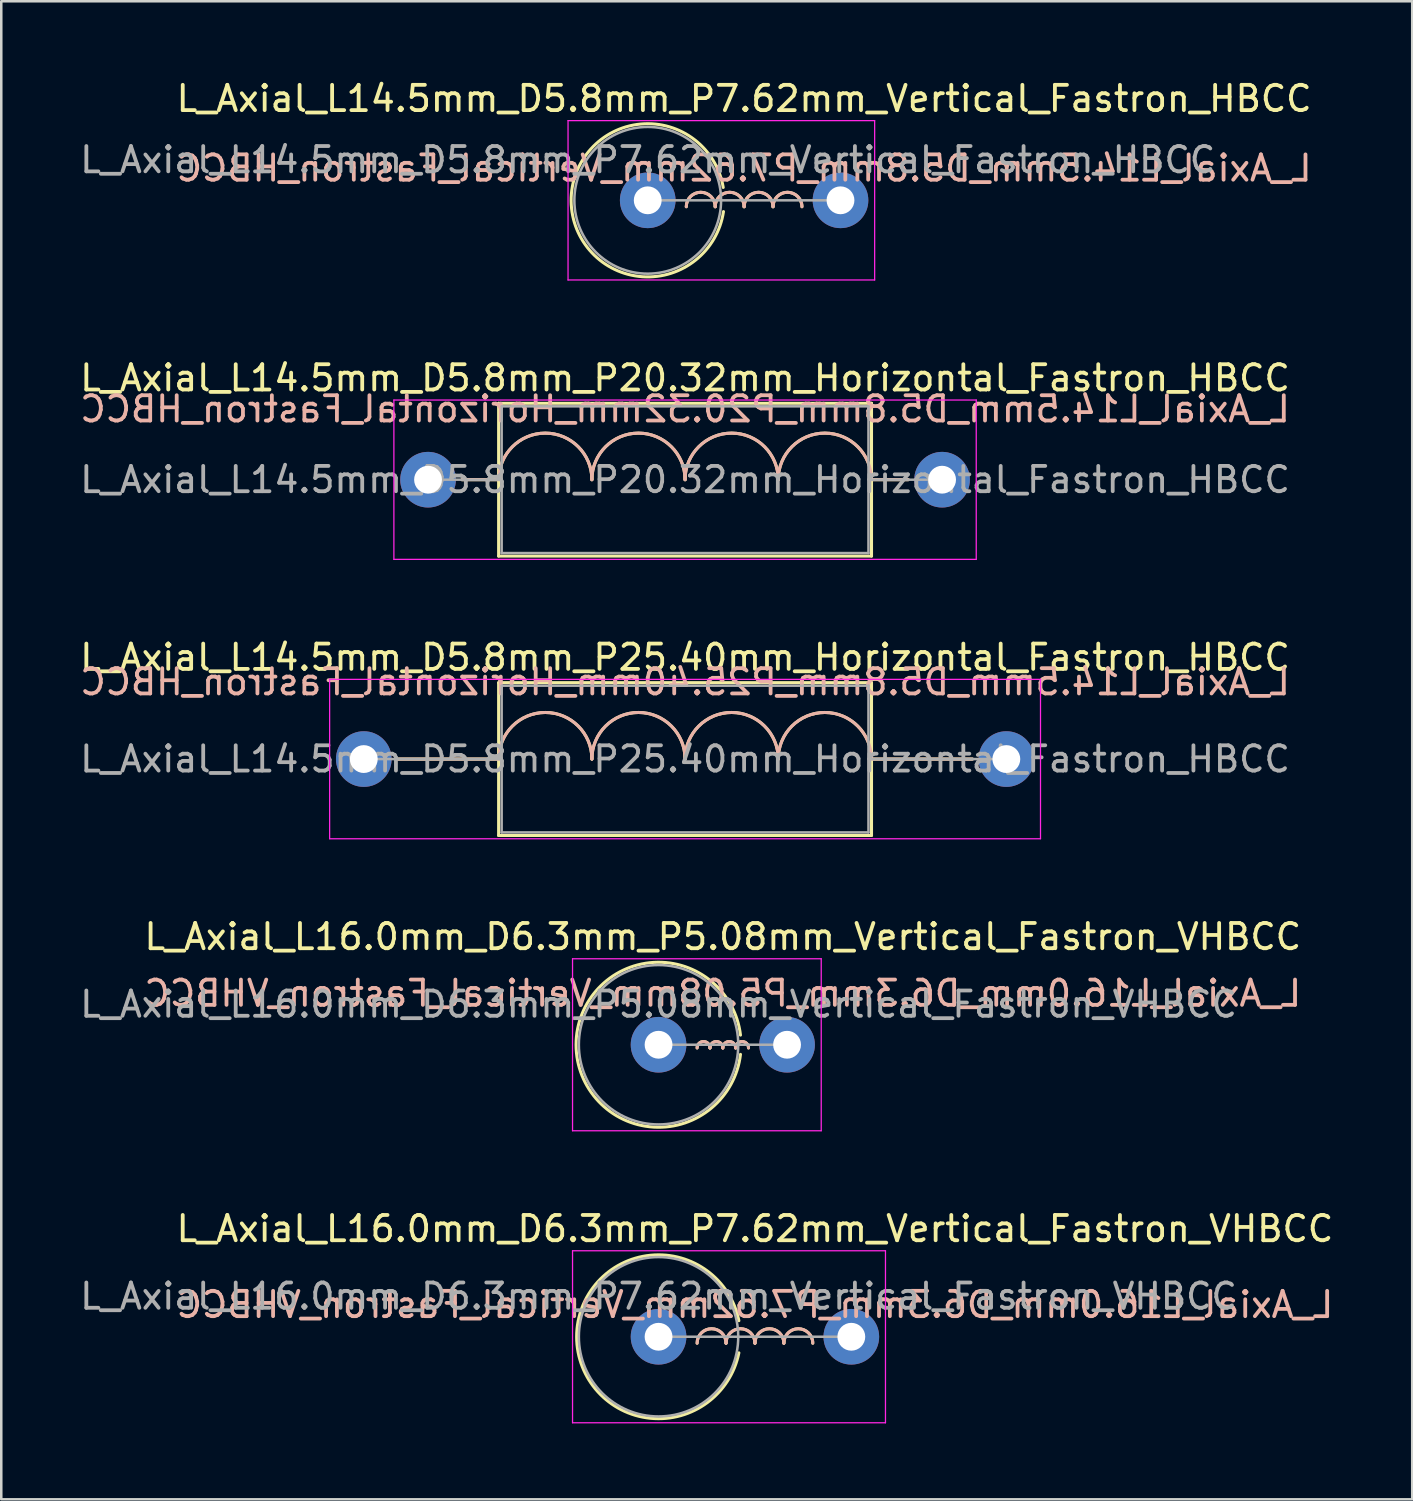
<source format=kicad_pcb>
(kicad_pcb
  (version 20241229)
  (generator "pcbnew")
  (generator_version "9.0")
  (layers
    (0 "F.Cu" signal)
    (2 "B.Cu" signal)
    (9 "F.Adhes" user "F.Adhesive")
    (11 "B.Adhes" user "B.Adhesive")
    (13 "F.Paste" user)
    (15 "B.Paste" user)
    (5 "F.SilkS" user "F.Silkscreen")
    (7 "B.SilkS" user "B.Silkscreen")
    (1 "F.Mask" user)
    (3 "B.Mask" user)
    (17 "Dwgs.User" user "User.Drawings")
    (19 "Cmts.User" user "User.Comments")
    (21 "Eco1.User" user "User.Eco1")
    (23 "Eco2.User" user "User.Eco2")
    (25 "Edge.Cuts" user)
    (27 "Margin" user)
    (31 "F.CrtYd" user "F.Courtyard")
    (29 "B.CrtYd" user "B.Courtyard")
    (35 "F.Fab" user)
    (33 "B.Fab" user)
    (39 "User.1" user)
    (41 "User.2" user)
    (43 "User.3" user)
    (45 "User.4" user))
  (footprint "L_Axial_L14.5mm_D5.8mm_P7.62mm_Vertical_Fastron_HBCC"
    (layer "F.Cu")
    (at 22.554 4.868)
    (property "Reference" "L_Axial_L14.5mm_D5.8mm_P7.62mm_Vertical_Fastron_HBCC" (at 3.81 -4.02 0) (layer "F.SilkS") (effects (font (size 1 1) (thickness 0.15))))
    (fp_arc (start 1.524 0.254) (mid 2.0955 -0.3175) (end 2.667 0.254) (stroke (width 0.12) (type solid)) (layer "F.SilkS"))
    (fp_arc (start 2.667 0.254) (mid 3.2385 -0.3175) (end 3.81 0.254) (stroke (width 0.12) (type solid)) (layer "F.SilkS"))
    (fp_arc (start 2.994397 0.445974) (mid -3.027263 0.031407) (end 2.9845 -0.508) (stroke (width 0.12) (type solid)) (layer "F.SilkS"))
    (fp_arc (start 3.81 0.254) (mid 4.3815 -0.3175) (end 4.953 0.254) (stroke (width 0.12) (type solid)) (layer "F.SilkS"))
    (fp_arc (start 4.953 0.254) (mid 5.5245 -0.3175) (end 6.096 0.254) (stroke (width 0.12) (type solid)) (layer "F.SilkS"))
    (fp_arc (start 1.524 0.254) (mid 2.0955 -0.3175) (end 2.667 0.254) (stroke (width 0.12) (type solid)) (layer "B.SilkS"))
    (fp_arc (start 2.667 0.254) (mid 3.2385 -0.3175) (end 3.81 0.254) (stroke (width 0.12) (type solid)) (layer "B.SilkS"))
    (fp_arc (start 3.81 0.254) (mid 4.3815 -0.3175) (end 4.953 0.254) (stroke (width 0.12) (type solid)) (layer "B.SilkS"))
    (fp_arc (start 4.953 0.254) (mid 5.5245 -0.3175) (end 6.096 0.254) (stroke (width 0.12) (type solid)) (layer "B.SilkS"))
    (fp_line (start -3.15 -3.15) (end -3.15 3.15) (stroke (width 0.05) (type solid)) (layer "F.CrtYd"))
    (fp_line (start -3.15 3.15) (end 8.97 3.15) (stroke (width 0.05) (type solid)) (layer "F.CrtYd"))
    (fp_line (start 8.97 -3.15) (end -3.15 -3.15) (stroke (width 0.05) (type solid)) (layer "F.CrtYd"))
    (fp_line (start 8.97 3.15) (end 8.97 -3.15) (stroke (width 0.05) (type solid)) (layer "F.CrtYd"))
    (fp_line (start 0 0) (end 7.62 0) (stroke (width 0.1) (type solid)) (layer "F.Fab"))
    (fp_circle (center 0 0) (end 2.9 0) (stroke (width 0.1) (type solid)) (fill no) (layer "F.Fab"))
    (fp_text user "${REFERENCE}" (at 3.81 -1.27 0) (layer "B.SilkS") (effects (font (size 1 1) (thickness 0.15)) (justify mirror)))
    (fp_text user "${REFERENCE}" (at 0 -1.6 0) (layer "F.Fab") (effects (font (size 1 1) (thickness 0.15))))
    (pad "1" thru_hole circle (at 0 0) (size 2.2 2.2) (drill 1.1) (layers "*.Cu" "*.Mask"))
    (pad "2" thru_hole oval (at 7.62 0) (size 2.2 2.2) (drill 1.1) (layers "*.Cu" "*.Mask")))
  (footprint "L_Axial_L14.5mm_D5.8mm_P20.32mm_Horizontal_Fastron_HBCC"
    (layer "F.Cu")
    (at 13.87 15.912)
    (property "Reference" "L_Axial_L14.5mm_D5.8mm_P20.32mm_Horizontal_Fastron_HBCC" (at 10.16 -4.02 0) (layer "F.SilkS") (effects (font (size 1 1) (thickness 0.15))))
    (fp_line (start 1.34 0) (end 2.79 0) (stroke (width 0.12) (type solid)) (layer "F.SilkS"))
    (fp_line (start 2.79 -3.02) (end 2.79 3.02) (stroke (width 0.12) (type solid)) (layer "F.SilkS"))
    (fp_line (start 2.79 3.02) (end 17.53 3.02) (stroke (width 0.12) (type solid)) (layer "F.SilkS"))
    (fp_line (start 17.53 -3.02) (end 2.79 -3.02) (stroke (width 0.12) (type solid)) (layer "F.SilkS"))
    (fp_line (start 17.53 3.02) (end 17.53 -3.02) (stroke (width 0.12) (type solid)) (layer "F.SilkS"))
    (fp_line (start 18.98 0) (end 17.53 0) (stroke (width 0.12) (type solid)) (layer "F.SilkS"))
    (fp_arc (start 2.794 0) (mid 4.6355 -1.8415) (end 6.477 0) (stroke (width 0.12) (type solid)) (layer "F.SilkS"))
    (fp_arc (start 6.477 0) (mid 8.3185 -1.8415) (end 10.16 0) (stroke (width 0.12) (type solid)) (layer "F.SilkS"))
    (fp_arc (start 10.16 0) (mid 12.0015 -1.8415) (end 13.843 0) (stroke (width 0.12) (type solid)) (layer "F.SilkS"))
    (fp_arc (start 13.843 0) (mid 15.6845 -1.8415) (end 17.526 0) (stroke (width 0.12) (type solid)) (layer "F.SilkS"))
    (fp_line (start 1.34 0) (end 2.79 0) (stroke (width 0.12) (type solid)) (layer "B.SilkS"))
    (fp_line (start 18.98 0) (end 17.53 0) (stroke (width 0.12) (type solid)) (layer "B.SilkS"))
    (fp_arc (start 2.794 0) (mid 4.6355 -1.8415) (end 6.477 0) (stroke (width 0.12) (type solid)) (layer "B.SilkS"))
    (fp_arc (start 6.477 0) (mid 8.3185 -1.8415) (end 10.16 0) (stroke (width 0.12) (type solid)) (layer "B.SilkS"))
    (fp_arc (start 10.16 0) (mid 12.0015 -1.8415) (end 13.843 0) (stroke (width 0.12) (type solid)) (layer "B.SilkS"))
    (fp_arc (start 13.843 0) (mid 15.6845 -1.8415) (end 17.526 0) (stroke (width 0.12) (type solid)) (layer "B.SilkS"))
    (fp_line (start -1.35 -3.15) (end -1.35 3.15) (stroke (width 0.05) (type solid)) (layer "F.CrtYd"))
    (fp_line (start -1.35 3.15) (end 21.67 3.15) (stroke (width 0.05) (type solid)) (layer "F.CrtYd"))
    (fp_line (start 21.67 -3.15) (end -1.35 -3.15) (stroke (width 0.05) (type solid)) (layer "F.CrtYd"))
    (fp_line (start 21.67 3.15) (end 21.67 -3.15) (stroke (width 0.05) (type solid)) (layer "F.CrtYd"))
    (fp_line (start 0 0) (end 2.91 0) (stroke (width 0.1) (type solid)) (layer "F.Fab"))
    (fp_line (start 2.91 -2.9) (end 2.91 2.9) (stroke (width 0.1) (type solid)) (layer "F.Fab"))
    (fp_line (start 2.91 2.9) (end 17.41 2.9) (stroke (width 0.1) (type solid)) (layer "F.Fab"))
    (fp_line (start 17.41 -2.9) (end 2.91 -2.9) (stroke (width 0.1) (type solid)) (layer "F.Fab"))
    (fp_line (start 17.41 2.9) (end 17.41 -2.9) (stroke (width 0.1) (type solid)) (layer "F.Fab"))
    (fp_line (start 20.32 0) (end 17.41 0) (stroke (width 0.1) (type solid)) (layer "F.Fab"))
    (fp_text user "${REFERENCE}" (at 10.16 -2.794 0) (layer "B.SilkS") (effects (font (size 1 1) (thickness 0.15)) (justify mirror)))
    (fp_text user "${REFERENCE}" (at 10.16 0 0) (layer "F.Fab") (effects (font (size 1 1) (thickness 0.15))))
    (pad "1" thru_hole circle (at 0 0) (size 2.2 2.2) (drill 1.1) (layers "*.Cu" "*.Mask"))
    (pad "2" thru_hole oval (at 20.32 0) (size 2.2 2.2) (drill 1.1) (layers "*.Cu" "*.Mask")))
  (footprint "L_Axial_L14.5mm_D5.8mm_P25.40mm_Horizontal_Fastron_HBCC"
    (layer "F.Cu")
    (at 11.33 26.955)
    (property "Reference" "L_Axial_L14.5mm_D5.8mm_P25.40mm_Horizontal_Fastron_HBCC" (at 12.7 -4.02 0) (layer "F.SilkS") (effects (font (size 1 1) (thickness 0.15))))
    (fp_line (start 1.34 0) (end 5.33 0) (stroke (width 0.12) (type solid)) (layer "F.SilkS"))
    (fp_line (start 5.33 -3.02) (end 5.33 3.02) (stroke (width 0.12) (type solid)) (layer "F.SilkS"))
    (fp_line (start 5.33 3.02) (end 20.07 3.02) (stroke (width 0.12) (type solid)) (layer "F.SilkS"))
    (fp_line (start 20.07 -3.02) (end 5.33 -3.02) (stroke (width 0.12) (type solid)) (layer "F.SilkS"))
    (fp_line (start 20.07 3.02) (end 20.07 -3.02) (stroke (width 0.12) (type solid)) (layer "F.SilkS"))
    (fp_line (start 24.06 0) (end 20.07 0) (stroke (width 0.12) (type solid)) (layer "F.SilkS"))
    (fp_arc (start 5.334 0) (mid 7.1755 -1.8415) (end 9.017 0) (stroke (width 0.12) (type solid)) (layer "F.SilkS"))
    (fp_arc (start 9.017 0) (mid 10.8585 -1.8415) (end 12.7 0) (stroke (width 0.12) (type solid)) (layer "F.SilkS"))
    (fp_arc (start 12.7 0) (mid 14.5415 -1.8415) (end 16.383 0) (stroke (width 0.12) (type solid)) (layer "F.SilkS"))
    (fp_arc (start 16.383 0) (mid 18.2245 -1.8415) (end 20.066 0) (stroke (width 0.12) (type solid)) (layer "F.SilkS"))
    (fp_line (start 1.34 0) (end 5.33 0) (stroke (width 0.12) (type solid)) (layer "B.SilkS"))
    (fp_line (start 24.06 0) (end 20.07 0) (stroke (width 0.12) (type solid)) (layer "B.SilkS"))
    (fp_arc (start 5.334 0) (mid 7.1755 -1.8415) (end 9.017 0) (stroke (width 0.12) (type solid)) (layer "B.SilkS"))
    (fp_arc (start 9.017 0) (mid 10.8585 -1.8415) (end 12.7 0) (stroke (width 0.12) (type solid)) (layer "B.SilkS"))
    (fp_arc (start 12.7 0) (mid 14.5415 -1.8415) (end 16.383 0) (stroke (width 0.12) (type solid)) (layer "B.SilkS"))
    (fp_arc (start 16.383 0) (mid 18.2245 -1.8415) (end 20.066 0) (stroke (width 0.12) (type solid)) (layer "B.SilkS"))
    (fp_line (start -1.35 -3.15) (end -1.35 3.15) (stroke (width 0.05) (type solid)) (layer "F.CrtYd"))
    (fp_line (start -1.35 3.15) (end 26.75 3.15) (stroke (width 0.05) (type solid)) (layer "F.CrtYd"))
    (fp_line (start 26.75 -3.15) (end -1.35 -3.15) (stroke (width 0.05) (type solid)) (layer "F.CrtYd"))
    (fp_line (start 26.75 3.15) (end 26.75 -3.15) (stroke (width 0.05) (type solid)) (layer "F.CrtYd"))
    (fp_line (start 0 0) (end 5.45 0) (stroke (width 0.1) (type solid)) (layer "F.Fab"))
    (fp_line (start 5.45 -2.9) (end 5.45 2.9) (stroke (width 0.1) (type solid)) (layer "F.Fab"))
    (fp_line (start 5.45 2.9) (end 19.95 2.9) (stroke (width 0.1) (type solid)) (layer "F.Fab"))
    (fp_line (start 19.95 -2.9) (end 5.45 -2.9) (stroke (width 0.1) (type solid)) (layer "F.Fab"))
    (fp_line (start 19.95 2.9) (end 19.95 -2.9) (stroke (width 0.1) (type solid)) (layer "F.Fab"))
    (fp_line (start 25.4 0) (end 19.95 0) (stroke (width 0.1) (type solid)) (layer "F.Fab"))
    (fp_text user "${REFERENCE}" (at 12.7 -3.048 0) (layer "B.SilkS") (effects (font (size 1 1) (thickness 0.15)) (justify mirror)))
    (fp_text user "${REFERENCE}" (at 12.7 0 0) (layer "F.Fab") (effects (font (size 1 1) (thickness 0.15))))
    (pad "1" thru_hole circle (at 0 0) (size 2.2 2.2) (drill 1.1) (layers "*.Cu" "*.Mask"))
    (pad "2" thru_hole oval (at 25.4 0) (size 2.2 2.2) (drill 1.1) (layers "*.Cu" "*.Mask")))
  (footprint "L_Axial_L16.0mm_D6.3mm_P7.62mm_Vertical_Fastron_VHBCC"
    (layer "F.Cu")
    (at 22.982 49.791)
    (property "Reference" "L_Axial_L16.0mm_D6.3mm_P7.62mm_Vertical_Fastron_VHBCC" (at 3.81 -4.27 0) (layer "F.SilkS") (effects (font (size 1 1) (thickness 0.15))))
    (fp_arc (start 1.524 0.254) (mid 2.0955 -0.3175) (end 2.667 0.254) (stroke (width 0.12) (type solid)) (layer "F.SilkS"))
    (fp_arc (start 2.667 0.254) (mid 3.2385 -0.3175) (end 3.81 0.254) (stroke (width 0.12) (type solid)) (layer "F.SilkS"))
    (fp_arc (start 3.175 0.635) (mid -3.237877 0) (end 3.175 -0.635) (stroke (width 0.12) (type solid)) (layer "F.SilkS"))
    (fp_arc (start 3.81 0.254) (mid 4.3815 -0.3175) (end 4.953 0.254) (stroke (width 0.12) (type solid)) (layer "F.SilkS"))
    (fp_arc (start 4.953 0.254) (mid 5.5245 -0.3175) (end 6.096 0.254) (stroke (width 0.12) (type solid)) (layer "F.SilkS"))
    (fp_arc (start 1.524 0.254) (mid 2.0955 -0.3175) (end 2.667 0.254) (stroke (width 0.12) (type solid)) (layer "B.SilkS"))
    (fp_arc (start 2.667 0.254) (mid 3.2385 -0.3175) (end 3.81 0.254) (stroke (width 0.12) (type solid)) (layer "B.SilkS"))
    (fp_arc (start 3.81 0.254) (mid 4.3815 -0.3175) (end 4.953 0.254) (stroke (width 0.12) (type solid)) (layer "B.SilkS"))
    (fp_arc (start 4.953 0.254) (mid 5.5245 -0.3175) (end 6.096 0.254) (stroke (width 0.12) (type solid)) (layer "B.SilkS"))
    (fp_line (start -3.4 -3.4) (end -3.4 3.4) (stroke (width 0.05) (type solid)) (layer "F.CrtYd"))
    (fp_line (start -3.4 3.4) (end 8.97 3.4) (stroke (width 0.05) (type solid)) (layer "F.CrtYd"))
    (fp_line (start 8.97 -3.4) (end -3.4 -3.4) (stroke (width 0.05) (type solid)) (layer "F.CrtYd"))
    (fp_line (start 8.97 3.4) (end 8.97 -3.4) (stroke (width 0.05) (type solid)) (layer "F.CrtYd"))
    (fp_line (start 0 0) (end 7.62 0) (stroke (width 0.1) (type solid)) (layer "F.Fab"))
    (fp_circle (center 0 0) (end 3.15 0) (stroke (width 0.1) (type solid)) (fill no) (layer "F.Fab"))
    (fp_text user "${REFERENCE}" (at 3.81 -1.27 0) (layer "B.SilkS") (effects (font (size 1 1) (thickness 0.15)) (justify mirror)))
    (fp_text user "${REFERENCE}" (at 0 -1.6 0) (layer "F.Fab") (effects (font (size 1 1) (thickness 0.15))))
    (pad "1" thru_hole circle (at 0 0) (size 2.2 2.2) (drill 1.1) (layers "*.Cu" "*.Mask"))
    (pad "2" thru_hole oval (at 7.62 0) (size 2.2 2.2) (drill 1.1) (layers "*.Cu" "*.Mask")))
  (footprint "L_Axial_L16.0mm_D6.3mm_P5.08mm_Vertical_Fastron_VHBCC"
    (layer "F.Cu")
    (at 22.982 38.248)
    (property "Reference" "L_Axial_L16.0mm_D6.3mm_P5.08mm_Vertical_Fastron_VHBCC" (at 2.54 -4.27 0) (layer "F.SilkS") (effects (font (size 1 1) (thickness 0.15))))
    (fp_arc (start 1.524 0.127) (mid 1.778 -0.127) (end 2.032 0.127) (stroke (width 0.12) (type solid)) (layer "F.SilkS"))
    (fp_arc (start 2.032 0.127) (mid 2.286 -0.127) (end 2.54 0.127) (stroke (width 0.12) (type solid)) (layer "F.SilkS"))
    (fp_arc (start 2.54 0.127) (mid 2.794 -0.127) (end 3.048 0.127) (stroke (width 0.12) (type solid)) (layer "F.SilkS"))
    (fp_arc (start 3.048 0.127) (mid 3.302 -0.127) (end 3.556 0.127) (stroke (width 0.12) (type solid)) (layer "F.SilkS"))
    (fp_arc (start 3.2385 0.381) (mid -3.260835 0) (end 3.2385 -0.381) (stroke (width 0.12) (type solid)) (layer "F.SilkS"))
    (fp_arc (start 1.524 0.127) (mid 1.778 -0.127) (end 2.032 0.127) (stroke (width 0.12) (type solid)) (layer "B.SilkS"))
    (fp_arc (start 2.032 0.127) (mid 2.286 -0.127) (end 2.54 0.127) (stroke (width 0.12) (type solid)) (layer "B.SilkS"))
    (fp_arc (start 2.54 0.127) (mid 2.794 -0.127) (end 3.048 0.127) (stroke (width 0.12) (type solid)) (layer "B.SilkS"))
    (fp_arc (start 3.048 0.127) (mid 3.302 -0.127) (end 3.556 0.127) (stroke (width 0.12) (type solid)) (layer "B.SilkS"))
    (fp_line (start -3.4 -3.4) (end -3.4 3.4) (stroke (width 0.05) (type solid)) (layer "F.CrtYd"))
    (fp_line (start -3.4 3.4) (end 6.43 3.4) (stroke (width 0.05) (type solid)) (layer "F.CrtYd"))
    (fp_line (start 6.43 -3.4) (end -3.4 -3.4) (stroke (width 0.05) (type solid)) (layer "F.CrtYd"))
    (fp_line (start 6.43 3.4) (end 6.43 -3.4) (stroke (width 0.05) (type solid)) (layer "F.CrtYd"))
    (fp_line (start 0 0) (end 5.08 0) (stroke (width 0.1) (type solid)) (layer "F.Fab"))
    (fp_circle (center 0 0) (end 3.15 0) (stroke (width 0.1) (type solid)) (fill no) (layer "F.Fab"))
    (fp_text user "${REFERENCE}" (at 2.54 -2.032 0) (layer "B.SilkS") (effects (font (size 1 1) (thickness 0.15)) (justify mirror)))
    (fp_text user "${REFERENCE}" (at 0 -1.6 0) (layer "F.Fab") (effects (font (size 1 1) (thickness 0.15))))
    (pad "1" thru_hole circle (at 0 0) (size 2.2 2.2) (drill 1.1) (layers "*.Cu" "*.Mask"))
    (pad "2" thru_hole oval (at 5.08 0) (size 2.2 2.2) (drill 1.1) (layers "*.Cu" "*.Mask")))
  (gr_rect
    (start -3 -3)
    (end 52.774 56.216)
    (stroke (width 0.1) (type default))
    (fill no)
    (layer "Edge.Cuts")))
</source>
